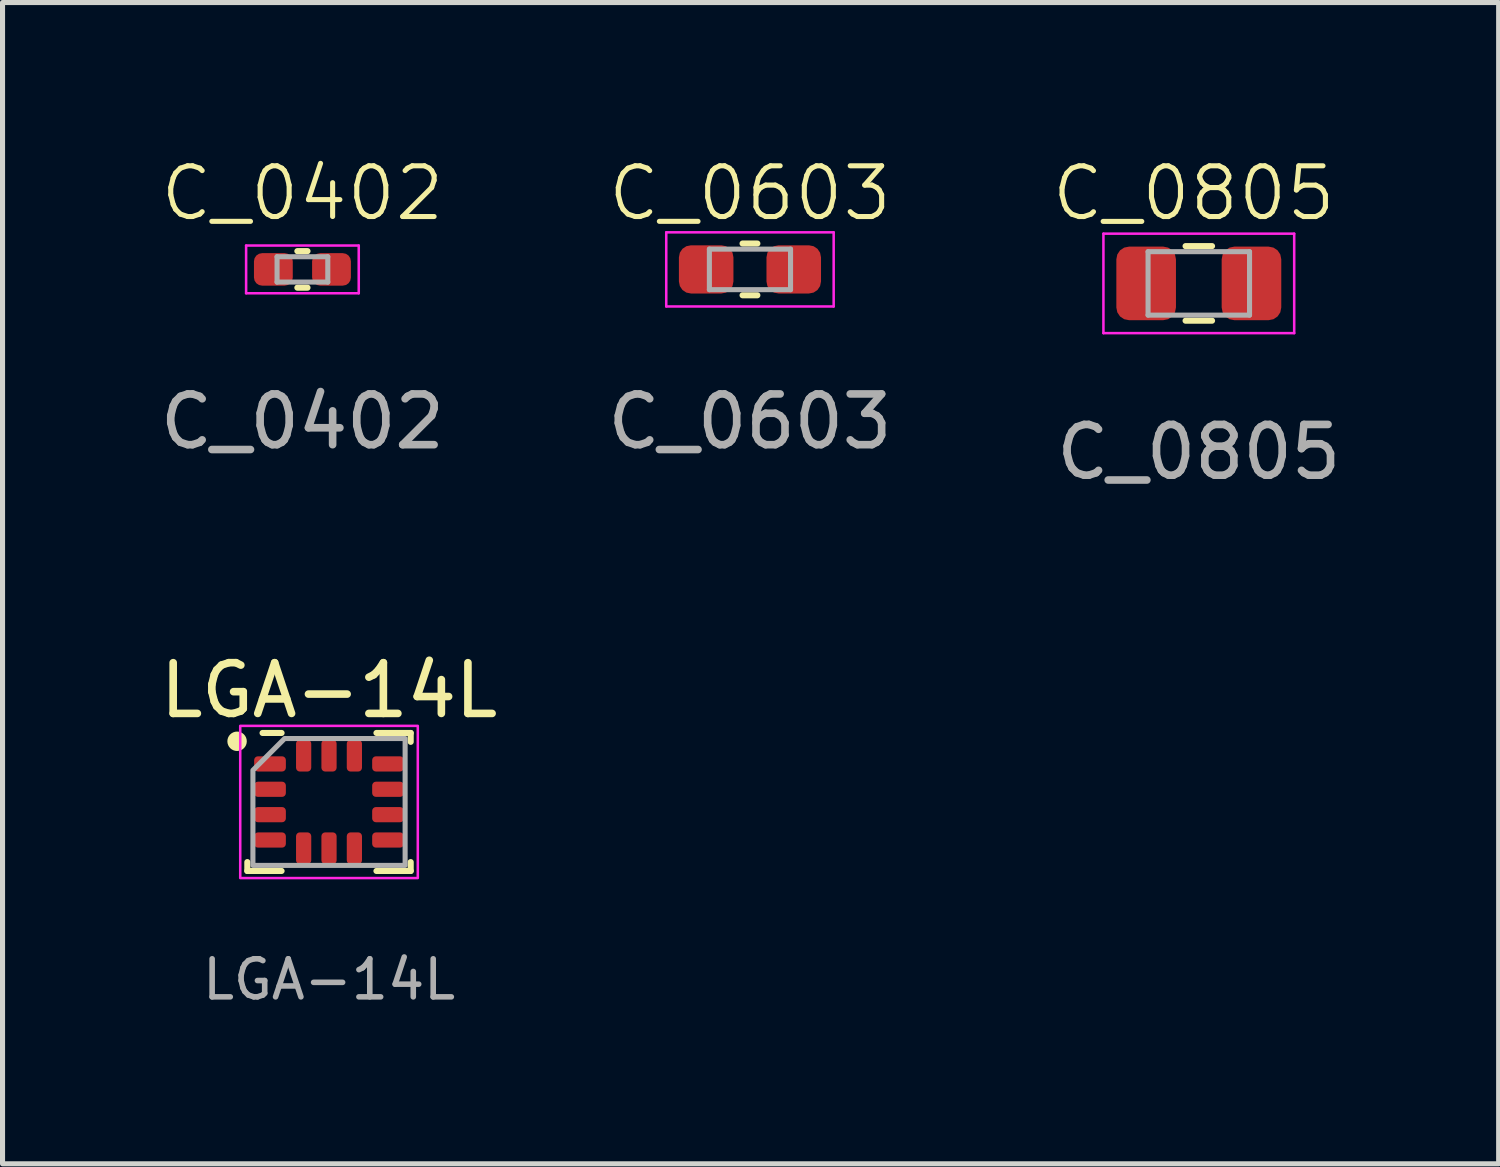
<source format=kicad_pcb>
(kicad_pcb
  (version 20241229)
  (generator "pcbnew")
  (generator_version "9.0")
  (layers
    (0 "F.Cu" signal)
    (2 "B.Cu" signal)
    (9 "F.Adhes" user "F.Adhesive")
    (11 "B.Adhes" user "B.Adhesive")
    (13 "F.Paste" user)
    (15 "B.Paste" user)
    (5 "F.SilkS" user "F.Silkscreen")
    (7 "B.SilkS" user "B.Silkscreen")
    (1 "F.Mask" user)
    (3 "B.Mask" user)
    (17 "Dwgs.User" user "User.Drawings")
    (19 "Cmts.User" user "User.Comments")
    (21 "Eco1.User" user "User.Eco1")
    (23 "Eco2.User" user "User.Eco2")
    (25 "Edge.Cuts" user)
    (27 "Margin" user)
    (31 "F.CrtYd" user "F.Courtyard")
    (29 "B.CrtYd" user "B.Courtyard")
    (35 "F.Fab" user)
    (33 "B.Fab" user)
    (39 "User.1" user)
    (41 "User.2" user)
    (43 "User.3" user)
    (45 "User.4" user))
  (footprint "C_0603"
    (layer "F.Cu")
    (at 11.732 2.26)
    (property "Reference" "C_0603" (at 0 -1.5 0) (unlocked yes) (layer "F.SilkS") (effects (font (size 1 1) (thickness 0.1))))
    (attr smd)
    (fp_line (start -0.146 -0.51) (end 0.146 -0.51) (stroke (width 0.12) (type solid)) (layer "F.SilkS"))
    (fp_line (start -0.146 0.51) (end 0.146 0.51) (stroke (width 0.12) (type solid)) (layer "F.SilkS"))
    (fp_line (start -1.65 -0.73) (end 1.65 -0.73) (stroke (width 0.05) (type solid)) (layer "F.CrtYd"))
    (fp_line (start -1.65 0.73) (end -1.65 -0.73) (stroke (width 0.05) (type solid)) (layer "F.CrtYd"))
    (fp_line (start 1.65 -0.73) (end 1.65 0.73) (stroke (width 0.05) (type solid)) (layer "F.CrtYd"))
    (fp_line (start 1.65 0.73) (end -1.65 0.73) (stroke (width 0.05) (type solid)) (layer "F.CrtYd"))
    (fp_line (start -0.8 -0.4) (end 0.8 -0.4) (stroke (width 0.1) (type solid)) (layer "F.Fab"))
    (fp_line (start -0.8 0.4) (end -0.8 -0.4) (stroke (width 0.1) (type solid)) (layer "F.Fab"))
    (fp_line (start 0.8 -0.4) (end 0.8 0.4) (stroke (width 0.1) (type solid)) (layer "F.Fab"))
    (fp_line (start 0.8 0.4) (end -0.8 0.4) (stroke (width 0.1) (type solid)) (layer "F.Fab"))
    (fp_text user "${REFERENCE}" (at 0 3 0) (unlocked yes) (layer "F.Fab") (effects (font (size 1 1) (thickness 0.15))))
    (pad "1" smd roundrect (at -0.863 0) (size 1.075 0.95) (layers "F.Cu" "F.Mask" "F.Paste") (roundrect_rratio 0.25))
    (pad "2" smd roundrect (at 0.863 0) (size 1.075 0.95) (layers "F.Cu" "F.Mask" "F.Paste") (roundrect_rratio 0.25)))
  (footprint "LGA-14L"
    (layer "F.Cu")
    (at 3.435 12.757)
    (property "Reference" "LGA-14L" (at 0 -2.2 0) (layer "F.SilkS") (effects (font (size 1 1) (thickness 0.15))))
    (attr smd)
    (fp_line (start -1.61 1.36) (end -1.61 1.185) (stroke (width 0.12) (type solid)) (layer "F.SilkS"))
    (fp_line (start -0.935 -1.36) (end -1.31 -1.36) (stroke (width 0.12) (type solid)) (layer "F.SilkS"))
    (fp_line (start -0.935 1.36) (end -1.61 1.36) (stroke (width 0.12) (type solid)) (layer "F.SilkS"))
    (fp_line (start 0.935 -1.36) (end 1.61 -1.36) (stroke (width 0.12) (type solid)) (layer "F.SilkS"))
    (fp_line (start 0.935 1.36) (end 1.61 1.36) (stroke (width 0.12) (type solid)) (layer "F.SilkS"))
    (fp_line (start 1.61 -1.36) (end 1.61 -1.185) (stroke (width 0.12) (type solid)) (layer "F.SilkS"))
    (fp_line (start 1.61 1.36) (end 1.61 1.185) (stroke (width 0.12) (type solid)) (layer "F.SilkS"))
    (fp_circle (center -1.812 -1.196) (end -1.712 -1.296) (stroke (width 0.1) (type solid)) (fill yes) (layer "F.SilkS"))
    (fp_rect (start -1.75 -1.5) (end 1.75 1.5) (stroke (width 0.05) (type solid)) (fill no) (layer "F.CrtYd"))
    (fp_poly (pts (xy -1.5 -0.625) (xy -1.5 1.25) (xy 1.5 1.25) (xy 1.5 -1.25) (xy -0.875 -1.25)) (stroke (width 0.1) (type solid)) (fill no) (layer "F.Fab"))
    (fp_text user "${REFERENCE}" (at 0 3.5 0) (layer "F.Fab") (effects (font (size 0.75 0.75) (thickness 0.11))))
    (pad "1" smd roundrect (at -1.163 -0.75) (size 0.625 0.3) (layers "F.Cu" "F.Mask" "F.Paste") (roundrect_rratio 0.25))
    (pad "2" smd roundrect (at -1.163 -0.25) (size 0.625 0.3) (layers "F.Cu" "F.Mask" "F.Paste") (roundrect_rratio 0.25))
    (pad "3" smd roundrect (at -1.163 0.25) (size 0.625 0.3) (layers "F.Cu" "F.Mask" "F.Paste") (roundrect_rratio 0.25))
    (pad "4" smd roundrect (at -1.163 0.75) (size 0.625 0.3) (layers "F.Cu" "F.Mask" "F.Paste") (roundrect_rratio 0.25))
    (pad "5" smd roundrect (at -0.5 0.912) (size 0.3 0.625) (layers "F.Cu" "F.Mask" "F.Paste") (roundrect_rratio 0.25))
    (pad "6" smd roundrect (at 0 0.912) (size 0.3 0.625) (layers "F.Cu" "F.Mask" "F.Paste") (roundrect_rratio 0.25))
    (pad "7" smd roundrect (at 0.5 0.912) (size 0.3 0.625) (layers "F.Cu" "F.Mask" "F.Paste") (roundrect_rratio 0.25))
    (pad "8" smd roundrect (at 1.163 0.75) (size 0.625 0.3) (layers "F.Cu" "F.Mask" "F.Paste") (roundrect_rratio 0.25))
    (pad "9" smd roundrect (at 1.163 0.25) (size 0.625 0.3) (layers "F.Cu" "F.Mask" "F.Paste") (roundrect_rratio 0.25))
    (pad "10" smd roundrect (at 1.163 -0.25) (size 0.625 0.3) (layers "F.Cu" "F.Mask" "F.Paste") (roundrect_rratio 0.25))
    (pad "11" smd roundrect (at 1.163 -0.75) (size 0.625 0.3) (layers "F.Cu" "F.Mask" "F.Paste") (roundrect_rratio 0.25))
    (pad "12" smd roundrect (at 0.5 -0.912) (size 0.3 0.625) (layers "F.Cu" "F.Mask" "F.Paste") (roundrect_rratio 0.25))
    (pad "13" smd roundrect (at 0 -0.912) (size 0.3 0.625) (layers "F.Cu" "F.Mask" "F.Paste") (roundrect_rratio 0.25))
    (pad "14" smd roundrect (at -0.5 -0.912) (size 0.3 0.625) (layers "F.Cu" "F.Mask" "F.Paste") (roundrect_rratio 0.25)))
  (footprint "C_0805"
    (layer "F.Cu")
    (at 20.579 2.561)
    (property "Reference" "C_0805" (at -0.1 -1.8 0) (unlocked yes) (layer "F.SilkS") (effects (font (size 1 1) (thickness 0.1))))
    (attr smd)
    (fp_line (start -0.261 -0.76) (end 0.261 -0.76) (stroke (width 0.12) (type solid)) (layer "F.SilkS"))
    (fp_line (start -0.261 0.71) (end 0.261 0.71) (stroke (width 0.12) (type solid)) (layer "F.SilkS"))
    (fp_line (start -1.88 -1.005) (end 1.88 -1.005) (stroke (width 0.05) (type solid)) (layer "F.CrtYd"))
    (fp_line (start -1.88 0.955) (end -1.88 -1.005) (stroke (width 0.05) (type solid)) (layer "F.CrtYd"))
    (fp_line (start 1.88 -1.005) (end 1.88 0.955) (stroke (width 0.05) (type solid)) (layer "F.CrtYd"))
    (fp_line (start 1.88 0.955) (end -1.88 0.955) (stroke (width 0.05) (type solid)) (layer "F.CrtYd"))
    (fp_line (start -1 -0.65) (end 1 -0.65) (stroke (width 0.1) (type solid)) (layer "F.Fab"))
    (fp_line (start -1 0.6) (end -1 -0.65) (stroke (width 0.1) (type solid)) (layer "F.Fab"))
    (fp_line (start 1 -0.65) (end 1 0.6) (stroke (width 0.1) (type solid)) (layer "F.Fab"))
    (fp_line (start 1 0.6) (end -1 0.6) (stroke (width 0.1) (type solid)) (layer "F.Fab"))
    (fp_text user "${REFERENCE}" (at 0 3.3 0) (unlocked yes) (layer "F.Fab") (effects (font (size 1 1) (thickness 0.15))))
    (pad "1" smd roundrect (at -1.038 -0.025) (size 1.175 1.45) (layers "F.Cu" "F.Mask" "F.Paste") (roundrect_rratio 0.213))
    (pad "2" smd roundrect (at 1.038 -0.025) (size 1.175 1.45) (layers "F.Cu" "F.Mask" "F.Paste") (roundrect_rratio 0.213)))
  (footprint "C_0402"
    (layer "F.Cu")
    (at 2.911 2.26)
    (property "Reference" "C_0402" (at 0 -1.5 0) (unlocked yes) (layer "F.SilkS") (effects (font (size 1 1) (thickness 0.1))))
    (attr smd)
    (fp_line (start -0.1 -0.36) (end 0.1 -0.36) (stroke (width 0.12) (type solid)) (layer "F.SilkS"))
    (fp_line (start -0.1 0.36) (end 0.1 0.36) (stroke (width 0.12) (type solid)) (layer "F.SilkS"))
    (fp_line (start -1.11 -0.47) (end 1.11 -0.47) (stroke (width 0.05) (type solid)) (layer "F.CrtYd"))
    (fp_line (start -1.11 0.47) (end -1.11 -0.47) (stroke (width 0.05) (type solid)) (layer "F.CrtYd"))
    (fp_line (start 1.11 -0.47) (end 1.11 0.47) (stroke (width 0.05) (type solid)) (layer "F.CrtYd"))
    (fp_line (start 1.11 0.47) (end -1.11 0.47) (stroke (width 0.05) (type solid)) (layer "F.CrtYd"))
    (fp_line (start -0.5 -0.25) (end 0.5 -0.25) (stroke (width 0.1) (type solid)) (layer "F.Fab"))
    (fp_line (start -0.5 0.25) (end -0.5 -0.25) (stroke (width 0.1) (type solid)) (layer "F.Fab"))
    (fp_line (start 0.5 -0.25) (end 0.5 0.25) (stroke (width 0.1) (type solid)) (layer "F.Fab"))
    (fp_line (start 0.5 0.25) (end -0.5 0.25) (stroke (width 0.1) (type solid)) (layer "F.Fab"))
    (fp_text user "${REFERENCE}" (at 0 3 0) (unlocked yes) (layer "F.Fab") (effects (font (size 1 1) (thickness 0.15))))
    (pad "1" smd roundrect (at -0.573 0) (size 0.765 0.64) (layers "F.Cu" "F.Mask" "F.Paste") (roundrect_rratio 0.25))
    (pad "2" smd roundrect (at 0.573 0) (size 0.765 0.64) (layers "F.Cu" "F.Mask" "F.Paste") (roundrect_rratio 0.25)))
  (gr_rect
    (start -3 -3)
    (end 26.489 19.889)
    (stroke (width 0.1) (type default))
    (fill no)
    (layer "Edge.Cuts")))
</source>
